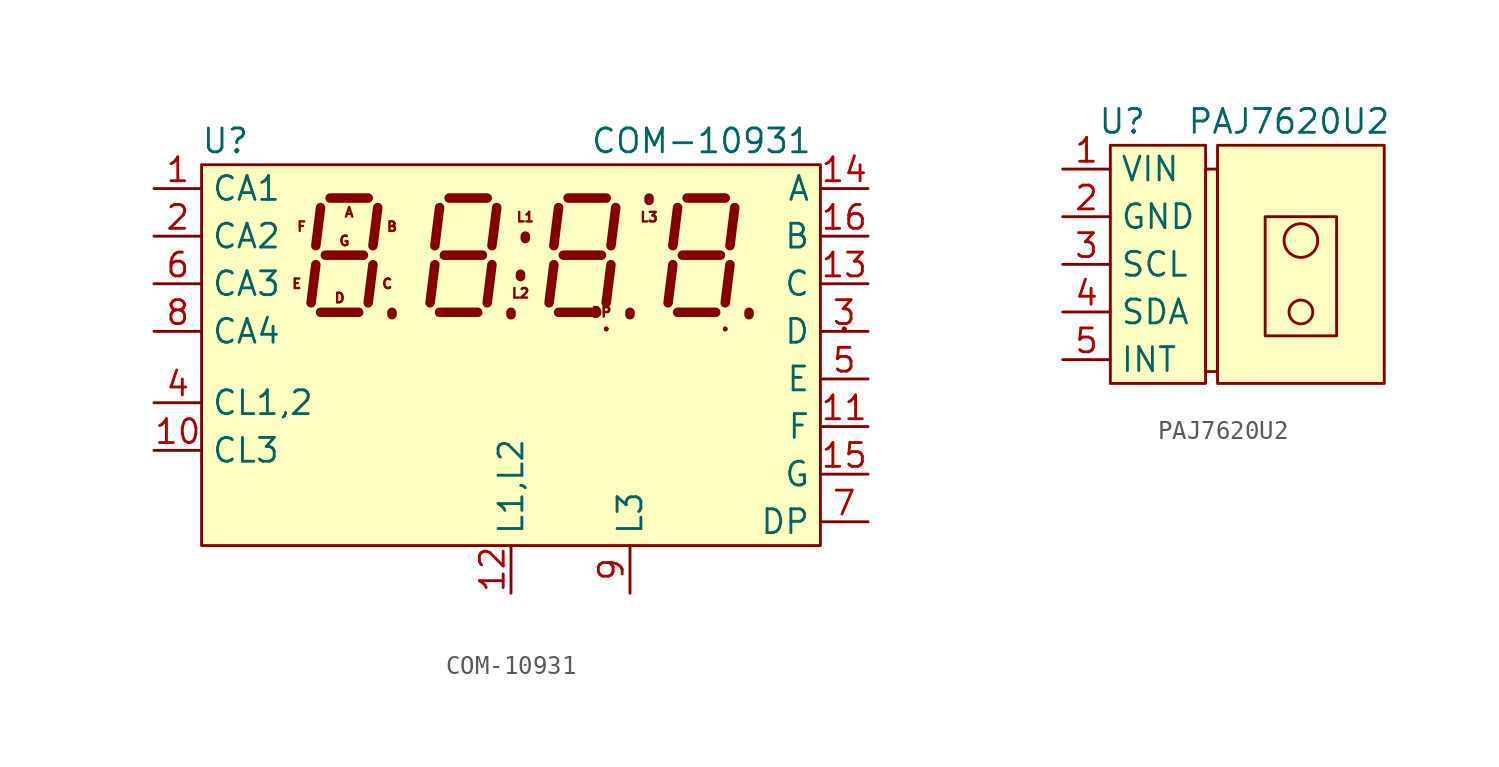
<source format=kicad_sym>
(kicad_symbol_lib
  (version 20211014)
  (generator kicad_symbol_editor)
  (symbol "Custom:COM-10931"
    (property "Reference" "U"
      (at 1.27 19.05 0)
      (effects (font (size 1.27 1.27))))
    (property "Value" "COM-10931"
      (at 26.67 19.05 0)
      (effects (font (size 1.27 1.27))))
    (symbol "COM-10931_0_0"
      (pin input line (at -2.54 16.51 0) (length 2.54) (name "CA1" (effects (font (size 1.27 1.27)))) (number "1" (effects (font (size 1.27 1.27)))))
      (pin input line (at -2.54 2.54 0) (length 2.54) (name "CL3" (effects (font (size 1.27 1.27)))) (number "10" (effects (font (size 1.27 1.27)))))
      (pin output line (at 35.56 3.81 180) (length 2.54) (name "F" (effects (font (size 1.27 1.27)))) (number "11" (effects (font (size 1.27 1.27)))))
      (pin output line (at 16.51 -5.08 90) (length 2.54) (name "L1,L2" (effects (font (size 1.27 1.27)))) (number "12" (effects (font (size 1.27 1.27)))))
      (pin output line (at 35.56 11.43 180) (length 2.54) (name "C" (effects (font (size 1.27 1.27)))) (number "13" (effects (font (size 1.27 1.27)))))
      (pin output line (at 35.56 16.51 180) (length 2.54) (name "A" (effects (font (size 1.27 1.27)))) (number "14" (effects (font (size 1.27 1.27)))))
      (pin output line (at 35.56 1.27 180) (length 2.54) (name "G" (effects (font (size 1.27 1.27)))) (number "15" (effects (font (size 1.27 1.27)))))
      (pin output line (at 35.56 13.97 180) (length 2.54) (name "B" (effects (font (size 1.27 1.27)))) (number "16" (effects (font (size 1.27 1.27)))))
      (pin input line (at -2.54 13.97 0) (length 2.54) (name "CA2" (effects (font (size 1.27 1.27)))) (number "2" (effects (font (size 1.27 1.27)))))
      (pin output line (at 35.56 8.89 180) (length 2.54) (name "D" (effects (font (size 1.27 1.27)))) (number "3" (effects (font (size 1.27 1.27)))))
      (pin input line (at -2.54 5.08 0) (length 2.54) (name "CL1,2" (effects (font (size 1.27 1.27)))) (number "4" (effects (font (size 1.27 1.27)))))
      (pin output line (at 35.56 6.35 180) (length 2.54) (name "E" (effects (font (size 1.27 1.27)))) (number "5" (effects (font (size 1.27 1.27)))))
      (pin input line (at -2.54 11.43 0) (length 2.54) (name "CA3" (effects (font (size 1.27 1.27)))) (number "6" (effects (font (size 1.27 1.27)))))
      (pin output line (at 35.56 -1.27 180) (length 2.54) (name "DP" (effects (font (size 1.27 1.27)))) (number "7" (effects (font (size 1.27 1.27)))))
      (pin input line (at -2.54 8.89 0) (length 2.54) (name "CA4" (effects (font (size 1.27 1.27)))) (number "8" (effects (font (size 1.27 1.27)))))
      (pin output line (at 22.86 -5.08 90) (length 2.54) (name "L3" (effects (font (size 1.27 1.27)))) (number "9" (effects (font (size 1.27 1.27))))))
    (symbol "COM-10931_0_1"
      (polyline (pts (xy 21.59 9.017) (xy 21.59 9.017)) (stroke (width 0.254) (type default) (color 0 0 0 0)) (fill (type none)))
      (polyline (pts (xy 27.94 9.017) (xy 27.94 9.017)) (stroke (width 0.254) (type default) (color 0 0 0 0)) (fill (type none)))
      (polyline (pts (xy 34.29 9.017) (xy 34.29 9.017)) (stroke (width 0.254) (type default) (color 0 0 0 0)) (fill (type none)))
      (rectangle (start 0 17.78) (end 33.02 -2.54) (stroke (width 0.152) (type default) (color 0 0 0 0)) (fill (type background)))
      (rectangle (start 21.59 9.017) (end 21.59 9.017) (stroke (width 0.254) (type default) (color 0 0 0 0)) (fill (type none)))
      (rectangle (start 27.94 9.017) (end 27.94 9.017) (stroke (width 0.254) (type default) (color 0 0 0 0)) (fill (type none)))
      (rectangle (start 34.29 9.017) (end 34.29 9.017) (stroke (width 0.254) (type default) (color 0 0 0 0)) (fill (type none))))
    (symbol "COM-10931_1_0"
      (text "A" (at 7.874 15.24 0) (effects (font (size 0.508 0.508))))
      (text "B" (at 10.16 14.478 0) (effects (font (size 0.508 0.508))))
      (text "C" (at 9.906 11.43 0) (effects (font (size 0.508 0.508))))
      (text "D" (at 7.366 10.668 0) (effects (font (size 0.508 0.508))))
      (text "DP" (at 21.336 9.906 0) (effects (font (size 0.508 0.508))))
      (text "E" (at 5.08 11.43 0) (effects (font (size 0.508 0.508))))
      (text "F" (at 5.334 14.478 0) (effects (font (size 0.508 0.508))))
      (text "G" (at 7.62 13.716 0) (effects (font (size 0.508 0.508))))
      (text "L1" (at 17.272 14.986 0) (effects (font (size 0.508 0.508))))
      (text "L2" (at 17.018 10.922 0) (effects (font (size 0.508 0.508))))
      (text "L3" (at 23.876 14.986 0) (effects (font (size 0.508 0.508)))))
    (symbol "COM-10931_1_1"
      (polyline (pts (xy 6.096 12.446) (xy 5.842 10.414)) (stroke (width 0.508) (type default) (color 0 0 0 0)) (fill (type none)))
      (polyline (pts (xy 6.35 9.906) (xy 8.382 9.906)) (stroke (width 0.508) (type default) (color 0 0 0 0)) (fill (type none)))
      (polyline (pts (xy 6.35 15.494) (xy 6.096 13.462)) (stroke (width 0.508) (type default) (color 0 0 0 0)) (fill (type none)))
      (polyline (pts (xy 6.604 12.954) (xy 8.636 12.954)) (stroke (width 0.508) (type default) (color 0 0 0 0)) (fill (type none)))
      (polyline (pts (xy 6.858 16.002) (xy 8.89 16.002)) (stroke (width 0.508) (type default) (color 0 0 0 0)) (fill (type none)))
      (polyline (pts (xy 9.144 12.446) (xy 8.89 10.414)) (stroke (width 0.508) (type default) (color 0 0 0 0)) (fill (type none)))
      (polyline (pts (xy 9.398 15.494) (xy 9.144 13.462)) (stroke (width 0.508) (type default) (color 0 0 0 0)) (fill (type none)))
      (polyline (pts (xy 10.16 9.779) (xy 10.16 9.906)) (stroke (width 0.508) (type default) (color 0 0 0 0)) (fill (type none)))
      (polyline (pts (xy 12.446 12.446) (xy 12.192 10.414)) (stroke (width 0.508) (type default) (color 0 0 0 0)) (fill (type none)))
      (polyline (pts (xy 12.7 9.906) (xy 14.732 9.906)) (stroke (width 0.508) (type default) (color 0 0 0 0)) (fill (type none)))
      (polyline (pts (xy 12.7 15.494) (xy 12.446 13.462)) (stroke (width 0.508) (type default) (color 0 0 0 0)) (fill (type none)))
      (polyline (pts (xy 12.954 12.954) (xy 14.986 12.954)) (stroke (width 0.508) (type default) (color 0 0 0 0)) (fill (type none)))
      (polyline (pts (xy 13.208 16.002) (xy 15.24 16.002)) (stroke (width 0.508) (type default) (color 0 0 0 0)) (fill (type none)))
      (polyline (pts (xy 15.494 12.446) (xy 15.24 10.414)) (stroke (width 0.508) (type default) (color 0 0 0 0)) (fill (type none)))
      (polyline (pts (xy 15.748 15.494) (xy 15.494 13.462)) (stroke (width 0.508) (type default) (color 0 0 0 0)) (fill (type none)))
      (polyline (pts (xy 16.51 9.779) (xy 16.51 9.906)) (stroke (width 0.508) (type default) (color 0 0 0 0)) (fill (type none)))
      (polyline (pts (xy 17.018 11.811) (xy 17.018 11.938)) (stroke (width 0.508) (type default) (color 0 0 0 0)) (fill (type none)))
      (polyline (pts (xy 17.272 13.843) (xy 17.272 13.97)) (stroke (width 0.508) (type default) (color 0 0 0 0)) (fill (type none)))
      (polyline (pts (xy 18.796 12.446) (xy 18.542 10.414)) (stroke (width 0.508) (type default) (color 0 0 0 0)) (fill (type none)))
      (polyline (pts (xy 19.05 9.906) (xy 21.082 9.906)) (stroke (width 0.508) (type default) (color 0 0 0 0)) (fill (type none)))
      (polyline (pts (xy 19.05 15.494) (xy 18.796 13.462)) (stroke (width 0.508) (type default) (color 0 0 0 0)) (fill (type none)))
      (polyline (pts (xy 19.304 12.954) (xy 21.336 12.954)) (stroke (width 0.508) (type default) (color 0 0 0 0)) (fill (type none)))
      (polyline (pts (xy 19.558 16.002) (xy 21.59 16.002)) (stroke (width 0.508) (type default) (color 0 0 0 0)) (fill (type none)))
      (polyline (pts (xy 21.844 12.446) (xy 21.59 10.414)) (stroke (width 0.508) (type default) (color 0 0 0 0)) (fill (type none)))
      (polyline (pts (xy 22.098 15.494) (xy 21.844 13.462)) (stroke (width 0.508) (type default) (color 0 0 0 0)) (fill (type none)))
      (polyline (pts (xy 22.86 9.779) (xy 22.86 9.906)) (stroke (width 0.508) (type default) (color 0 0 0 0)) (fill (type none)))
      (polyline (pts (xy 23.876 15.875) (xy 23.876 16.002)) (stroke (width 0.508) (type default) (color 0 0 0 0)) (fill (type none)))
      (polyline (pts (xy 25.146 12.446) (xy 24.892 10.414)) (stroke (width 0.508) (type default) (color 0 0 0 0)) (fill (type none)))
      (polyline (pts (xy 25.4 9.906) (xy 27.432 9.906)) (stroke (width 0.508) (type default) (color 0 0 0 0)) (fill (type none)))
      (polyline (pts (xy 25.4 15.494) (xy 25.146 13.462)) (stroke (width 0.508) (type default) (color 0 0 0 0)) (fill (type none)))
      (polyline (pts (xy 25.654 12.954) (xy 27.686 12.954)) (stroke (width 0.508) (type default) (color 0 0 0 0)) (fill (type none)))
      (polyline (pts (xy 25.908 16.002) (xy 27.94 16.002)) (stroke (width 0.508) (type default) (color 0 0 0 0)) (fill (type none)))
      (polyline (pts (xy 28.194 12.446) (xy 27.94 10.414)) (stroke (width 0.508) (type default) (color 0 0 0 0)) (fill (type none)))
      (polyline (pts (xy 28.448 15.494) (xy 28.194 13.462)) (stroke (width 0.508) (type default) (color 0 0 0 0)) (fill (type none)))
      (polyline (pts (xy 29.21 9.779) (xy 29.21 9.906)) (stroke (width 0.508) (type default) (color 0 0 0 0)) (fill (type none)))))
  (symbol "Custom:PAJ7620U2"
    (property "Reference" "U"
      (at 0.635 1.27 0)
      (effects (font (size 1.27 1.27))))
    (property "Value" "PAJ7620U2"
      (at 9.525 1.27 0)
      (effects (font (size 1.27 1.27))))
    (symbol "PAJ7620U2_0_0"
      (pin power_in line (at -2.54 -1.27 0) (length 2.54) (name "VIN" (effects (font (size 1.27 1.27)))) (number "1" (effects (font (size 1.27 1.27)))))
      (pin power_out line (at -2.54 -3.81 0) (length 2.54) (name "GND" (effects (font (size 1.27 1.27)))) (number "2" (effects (font (size 1.27 1.27)))))
      (pin input line (at -2.54 -6.35 0) (length 2.54) (name "SCL" (effects (font (size 1.27 1.27)))) (number "3" (effects (font (size 1.27 1.27)))))
      (pin bidirectional line (at -2.54 -8.89 0) (length 2.54) (name "SDA" (effects (font (size 1.27 1.27)))) (number "4" (effects (font (size 1.27 1.27)))))
      (pin output line (at -2.54 -11.43 0) (length 2.54) (name "INT" (effects (font (size 1.27 1.27)))) (number "5" (effects (font (size 1.27 1.27))))))
    (symbol "PAJ7620U2_0_1"
      (rectangle (start 0 0) (end 5.08 -12.7) (stroke (width 0.152) (type default) (color 0 0 0 0)) (fill (type background)))
      (rectangle (start 5.08 -1.27) (end 5.715 -12.065) (stroke (width 0.152) (type default) (color 0 0 0 0)) (fill (type background)))
      (rectangle (start 5.715 0) (end 14.605 -12.7) (stroke (width 0.152) (type default) (color 0 0 0 0)) (fill (type background)))
      (rectangle (start 8.255 -3.81) (end 12.065 -10.16) (stroke (width 0.152) (type default) (color 0 0 0 0)) (fill (type none)))
      (circle (center 10.16 -8.89) (radius 0.635) (stroke (width 0.152) (type default) (color 0 0 0 0)) (fill (type none)))
      (circle (center 10.16 -5.08) (radius 0.898) (stroke (width 0.152) (type default) (color 0 0 0 0)) (fill (type none))))))
</source>
